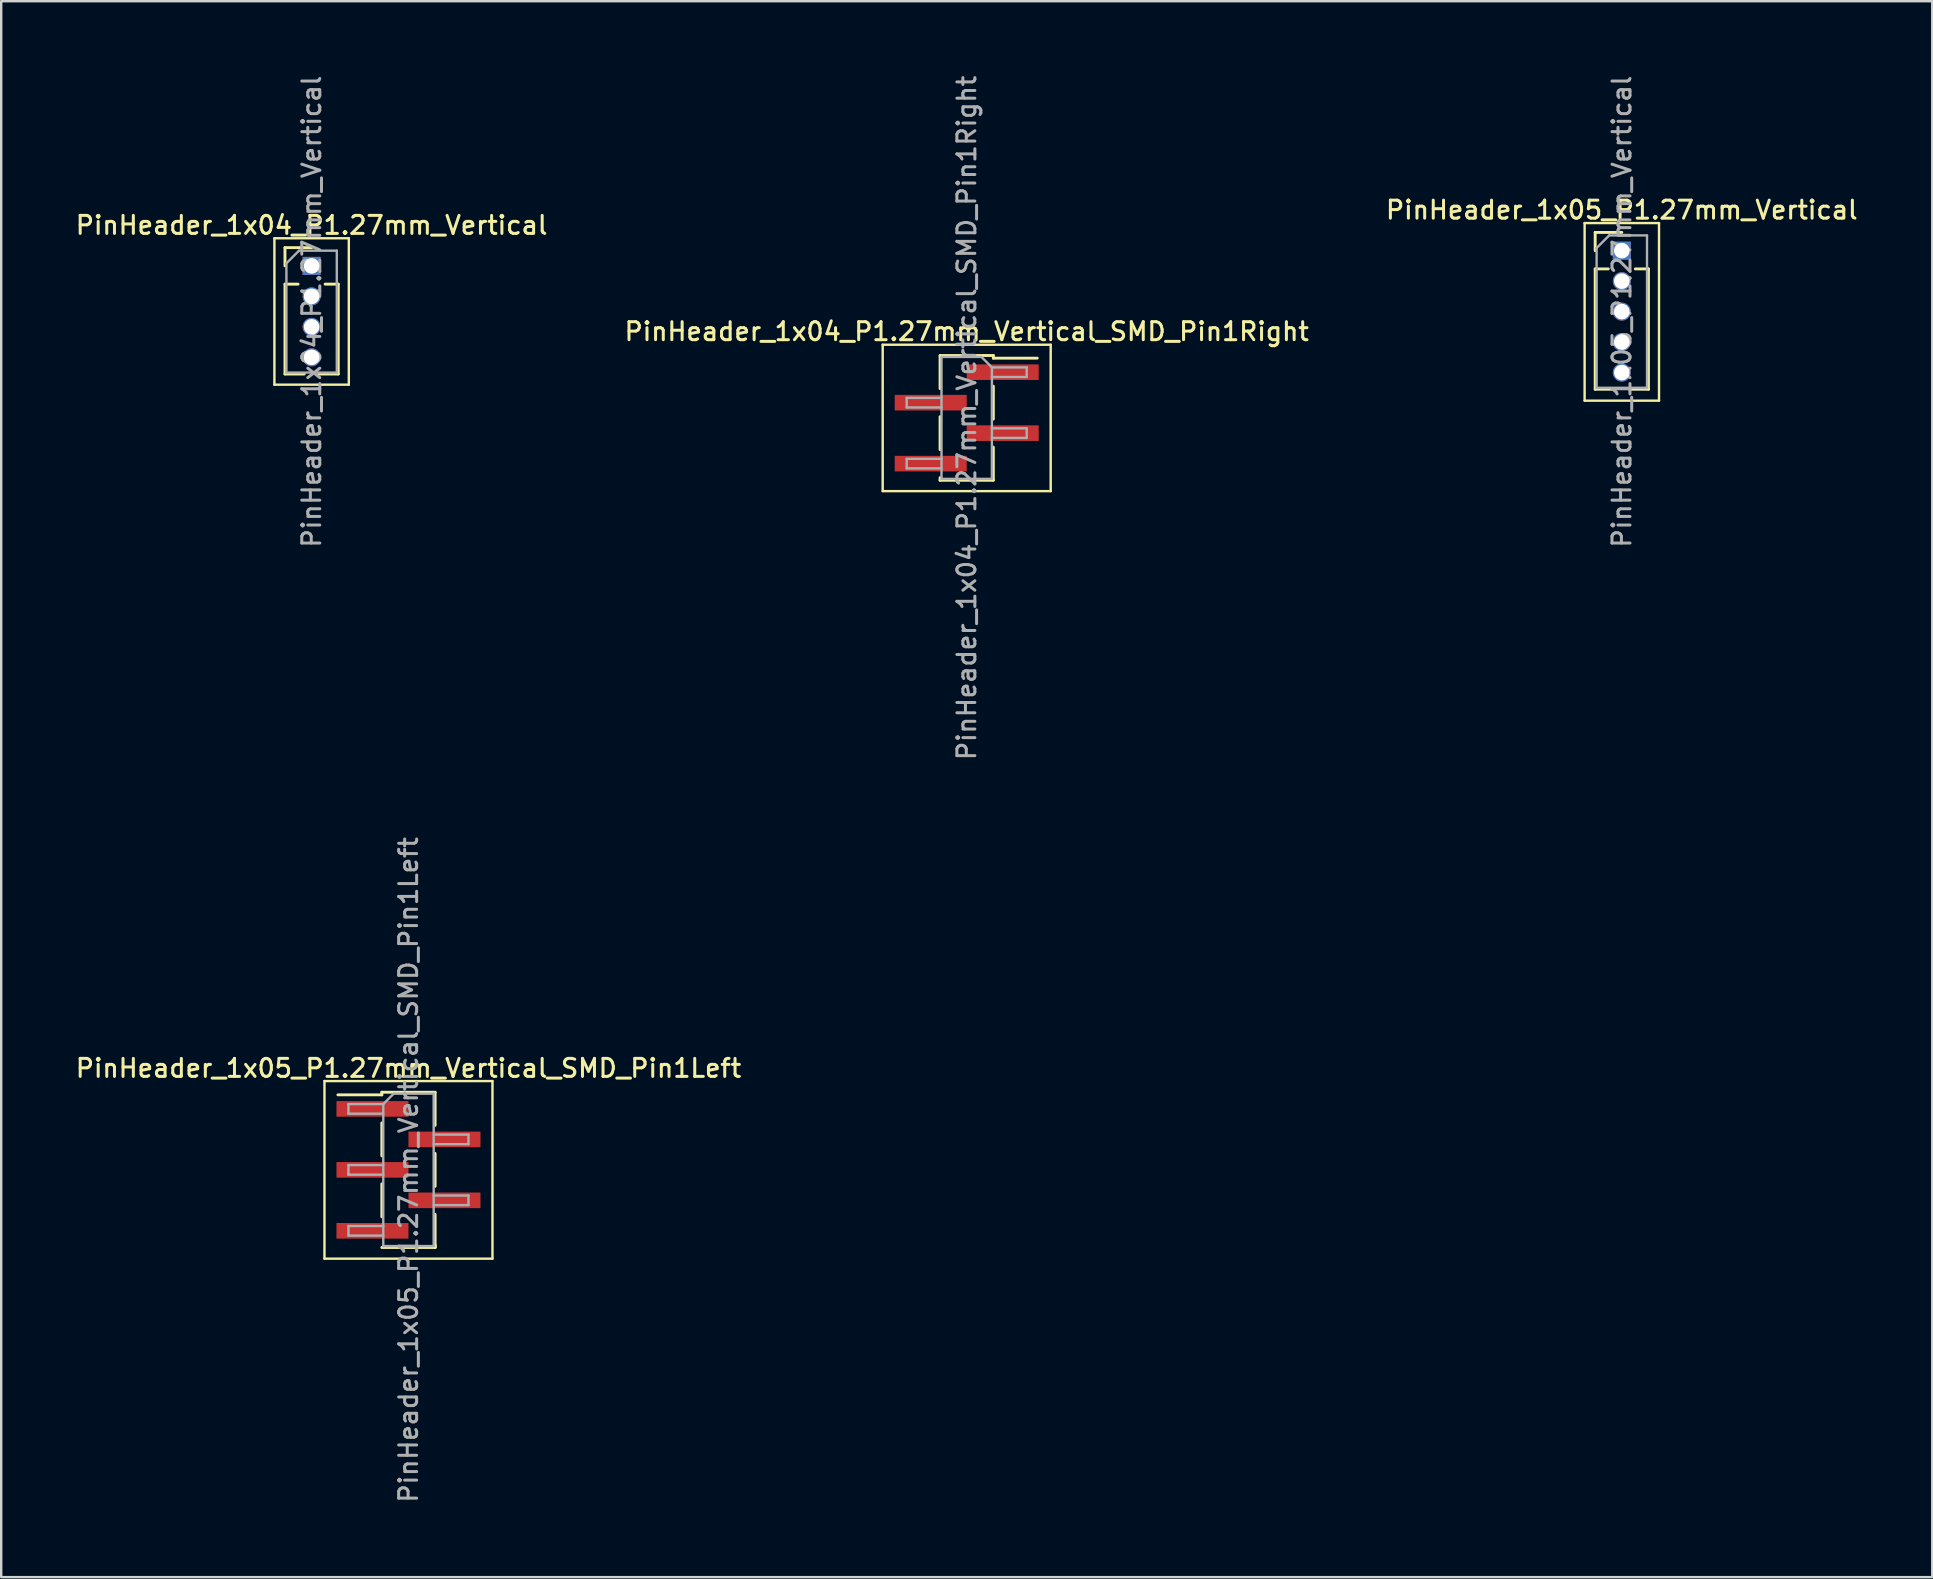
<source format=kicad_pcb>
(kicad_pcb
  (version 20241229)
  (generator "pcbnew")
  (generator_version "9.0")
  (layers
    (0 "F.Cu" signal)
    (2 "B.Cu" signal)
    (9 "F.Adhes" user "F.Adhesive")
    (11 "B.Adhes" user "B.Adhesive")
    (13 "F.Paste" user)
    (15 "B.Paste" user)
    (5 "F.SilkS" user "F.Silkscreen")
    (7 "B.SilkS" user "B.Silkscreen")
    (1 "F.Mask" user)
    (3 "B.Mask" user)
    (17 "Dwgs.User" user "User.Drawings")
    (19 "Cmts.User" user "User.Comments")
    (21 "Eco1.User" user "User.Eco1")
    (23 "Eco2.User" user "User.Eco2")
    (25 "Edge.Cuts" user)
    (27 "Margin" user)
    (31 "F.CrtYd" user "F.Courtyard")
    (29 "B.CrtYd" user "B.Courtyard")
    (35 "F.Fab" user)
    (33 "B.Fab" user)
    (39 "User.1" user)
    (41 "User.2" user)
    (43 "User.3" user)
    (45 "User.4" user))
  (footprint "PinHeader_1x05_P1.27mm_Vertical"
    (layer "F.Cu")
    (at 64.527 7.394)
    (property "Reference" "PinHeader_1x05_P1.27mm_Vertical" (at 0 -1.695 0) (layer "F.SilkS") (effects (font (size 0.75 0.75) (thickness 0.125))))
    (attr through_hole)
    (fp_line (start -1.55 -1.15) (end -1.55 6.25) (stroke (width 0.1) (type solid)) (layer "F.SilkS"))
    (fp_line (start -1.55 6.25) (end 1.55 6.25) (stroke (width 0.1) (type solid)) (layer "F.SilkS"))
    (fp_line (start -1.11 -0.76) (end 0 -0.76) (stroke (width 0.12) (type solid)) (layer "F.SilkS"))
    (fp_line (start -1.11 0) (end -1.11 -0.76) (stroke (width 0.12) (type solid)) (layer "F.SilkS"))
    (fp_line (start -1.11 0.76) (end -1.11 5.775) (stroke (width 0.12) (type solid)) (layer "F.SilkS"))
    (fp_line (start -1.11 0.76) (end -0.563 0.76) (stroke (width 0.12) (type solid)) (layer "F.SilkS"))
    (fp_line (start -1.11 5.775) (end -0.308 5.775) (stroke (width 0.12) (type solid)) (layer "F.SilkS"))
    (fp_line (start 0.308 5.775) (end 1.11 5.775) (stroke (width 0.12) (type solid)) (layer "F.SilkS"))
    (fp_line (start 0.563 0.76) (end 1.11 0.76) (stroke (width 0.12) (type solid)) (layer "F.SilkS"))
    (fp_line (start 1.11 0.76) (end 1.11 5.775) (stroke (width 0.12) (type solid)) (layer "F.SilkS"))
    (fp_line (start 1.55 -1.15) (end -1.55 -1.15) (stroke (width 0.1) (type solid)) (layer "F.SilkS"))
    (fp_line (start 1.55 6.25) (end 1.55 -1.15) (stroke (width 0.1) (type solid)) (layer "F.SilkS"))
    (fp_line (start -1.05 -0.11) (end -0.525 -0.635) (stroke (width 0.1) (type solid)) (layer "F.Fab"))
    (fp_line (start -1.05 5.715) (end -1.05 -0.11) (stroke (width 0.1) (type solid)) (layer "F.Fab"))
    (fp_line (start -0.525 -0.635) (end 1.05 -0.635) (stroke (width 0.1) (type solid)) (layer "F.Fab"))
    (fp_line (start 1.05 -0.635) (end 1.05 5.715) (stroke (width 0.1) (type solid)) (layer "F.Fab"))
    (fp_line (start 1.05 5.715) (end -1.05 5.715) (stroke (width 0.1) (type solid)) (layer "F.Fab"))
    (fp_text user "${REFERENCE}" (at 0 2.54 90) (layer "F.Fab") (effects (font (size 0.75 0.75) (thickness 0.125))))
    (pad "1" thru_hole rect (at 0 0) (size 0.75 0.75) (drill 0.65) (layers "*.Cu" "*.Mask"))
    (pad "2" thru_hole oval (at 0 1.27) (size 0.75 0.75) (drill 0.65) (layers "*.Cu" "*.Mask"))
    (pad "3" thru_hole oval (at 0 2.54) (size 0.75 0.75) (drill 0.65) (layers "*.Cu" "*.Mask"))
    (pad "4" thru_hole oval (at 0 3.81) (size 0.75 0.75) (drill 0.65) (layers "*.Cu" "*.Mask"))
    (pad "5" thru_hole oval (at 0 5.08) (size 0.75 0.75) (drill 0.65) (layers "*.Cu" "*.Mask")))
  (footprint "PinHeader_1x05_P1.27mm_Vertical_SMD_Pin1Left"
    (layer "F.Cu")
    (at 13.97 45.695)
    (property "Reference" "PinHeader_1x05_P1.27mm_Vertical_SMD_Pin1Left" (at 0 -4.235 0) (layer "F.SilkS") (effects (font (size 0.75 0.75) (thickness 0.125))))
    (attr smd)
    (fp_line (start -3.5 -3.7) (end -3.5 3.7) (stroke (width 0.1) (type solid)) (layer "F.SilkS"))
    (fp_line (start -3.5 3.7) (end 3.5 3.7) (stroke (width 0.1) (type solid)) (layer "F.SilkS"))
    (fp_line (start -1.11 -3.235) (end -1.11 -3.125) (stroke (width 0.12) (type solid)) (layer "F.SilkS"))
    (fp_line (start -1.11 -3.235) (end 1.11 -3.235) (stroke (width 0.12) (type solid)) (layer "F.SilkS"))
    (fp_line (start -1.11 -3.125) (end -2.94 -3.125) (stroke (width 0.12) (type solid)) (layer "F.SilkS"))
    (fp_line (start -1.11 -1.955) (end -1.11 -0.585) (stroke (width 0.12) (type solid)) (layer "F.SilkS"))
    (fp_line (start -1.11 0.585) (end -1.11 1.955) (stroke (width 0.12) (type solid)) (layer "F.SilkS"))
    (fp_line (start -1.11 3.235) (end 1.11 3.235) (stroke (width 0.12) (type solid)) (layer "F.SilkS"))
    (fp_line (start 1.11 -3.225) (end 1.11 -1.855) (stroke (width 0.12) (type solid)) (layer "F.SilkS"))
    (fp_line (start 1.11 -0.685) (end 1.11 0.685) (stroke (width 0.12) (type solid)) (layer "F.SilkS"))
    (fp_line (start 1.11 1.855) (end 1.11 3.225) (stroke (width 0.12) (type solid)) (layer "F.SilkS"))
    (fp_line (start 1.11 3.125) (end 1.11 3.235) (stroke (width 0.12) (type solid)) (layer "F.SilkS"))
    (fp_line (start 3.5 -3.7) (end -3.5 -3.7) (stroke (width 0.1) (type solid)) (layer "F.SilkS"))
    (fp_line (start 3.5 3.7) (end 3.5 -3.7) (stroke (width 0.1) (type solid)) (layer "F.SilkS"))
    (fp_line (start -2.5 -2.74) (end -2.5 -2.34) (stroke (width 0.1) (type solid)) (layer "F.Fab"))
    (fp_line (start -2.5 -2.34) (end -1.05 -2.34) (stroke (width 0.1) (type solid)) (layer "F.Fab"))
    (fp_line (start -2.5 -0.2) (end -2.5 0.2) (stroke (width 0.1) (type solid)) (layer "F.Fab"))
    (fp_line (start -2.5 0.2) (end -1.05 0.2) (stroke (width 0.1) (type solid)) (layer "F.Fab"))
    (fp_line (start -2.5 2.34) (end -2.5 2.74) (stroke (width 0.1) (type solid)) (layer "F.Fab"))
    (fp_line (start -2.5 2.74) (end -1.05 2.74) (stroke (width 0.1) (type solid)) (layer "F.Fab"))
    (fp_line (start -1.05 -2.74) (end -2.5 -2.74) (stroke (width 0.1) (type solid)) (layer "F.Fab"))
    (fp_line (start -1.05 -2.74) (end -0.615 -3.175) (stroke (width 0.1) (type solid)) (layer "F.Fab"))
    (fp_line (start -1.05 -0.2) (end -2.5 -0.2) (stroke (width 0.1) (type solid)) (layer "F.Fab"))
    (fp_line (start -1.05 2.34) (end -2.5 2.34) (stroke (width 0.1) (type solid)) (layer "F.Fab"))
    (fp_line (start -1.05 3.175) (end -1.05 -2.74) (stroke (width 0.1) (type solid)) (layer "F.Fab"))
    (fp_line (start -0.615 -3.175) (end 1.05 -3.175) (stroke (width 0.1) (type solid)) (layer "F.Fab"))
    (fp_line (start 1.05 -3.175) (end 1.05 3.175) (stroke (width 0.1) (type solid)) (layer "F.Fab"))
    (fp_line (start 1.05 -1.47) (end 2.5 -1.47) (stroke (width 0.1) (type solid)) (layer "F.Fab"))
    (fp_line (start 1.05 1.07) (end 2.5 1.07) (stroke (width 0.1) (type solid)) (layer "F.Fab"))
    (fp_line (start 1.05 3.175) (end -1.05 3.175) (stroke (width 0.1) (type solid)) (layer "F.Fab"))
    (fp_line (start 2.5 -1.47) (end 2.5 -1.07) (stroke (width 0.1) (type solid)) (layer "F.Fab"))
    (fp_line (start 2.5 -1.07) (end 1.05 -1.07) (stroke (width 0.1) (type solid)) (layer "F.Fab"))
    (fp_line (start 2.5 1.07) (end 2.5 1.47) (stroke (width 0.1) (type solid)) (layer "F.Fab"))
    (fp_line (start 2.5 1.47) (end 1.05 1.47) (stroke (width 0.1) (type solid)) (layer "F.Fab"))
    (fp_text user "${REFERENCE}" (at 0 0 90) (layer "F.Fab") (effects (font (size 0.75 0.75) (thickness 0.125))))
    (pad "1" smd rect (at -1.5 -2.54) (size 3 0.65) (layers "F.Cu" "F.Mask" "F.Paste"))
    (pad "2" smd rect (at 1.5 -1.27) (size 3 0.65) (layers "F.Cu" "F.Mask" "F.Paste"))
    (pad "3" smd rect (at -1.5 0) (size 3 0.65) (layers "F.Cu" "F.Mask" "F.Paste"))
    (pad "4" smd rect (at 1.5 1.27) (size 3 0.65) (layers "F.Cu" "F.Mask" "F.Paste"))
    (pad "5" smd rect (at -1.5 2.54) (size 3 0.65) (layers "F.Cu" "F.Mask" "F.Paste")))
  (footprint "PinHeader_1x04_P1.27mm_Vertical_SMD_Pin1Right"
    (layer "F.Cu")
    (at 37.23 14.363)
    (property "Reference" "PinHeader_1x04_P1.27mm_Vertical_SMD_Pin1Right" (at 0 -3.6 0) (layer "F.SilkS") (effects (font (size 0.75 0.75) (thickness 0.125))))
    (attr smd)
    (fp_line (start -3.5 -3.05) (end -3.5 3.05) (stroke (width 0.1) (type solid)) (layer "F.SilkS"))
    (fp_line (start -3.5 3.05) (end 3.5 3.05) (stroke (width 0.1) (type solid)) (layer "F.SilkS"))
    (fp_line (start -1.11 -2.6) (end 1.11 -2.6) (stroke (width 0.12) (type solid)) (layer "F.SilkS"))
    (fp_line (start -1.11 -2.59) (end -1.11 -1.22) (stroke (width 0.12) (type solid)) (layer "F.SilkS"))
    (fp_line (start -1.11 -0.05) (end -1.11 1.32) (stroke (width 0.12) (type solid)) (layer "F.SilkS"))
    (fp_line (start -1.11 2.49) (end -1.11 2.6) (stroke (width 0.12) (type solid)) (layer "F.SilkS"))
    (fp_line (start -1.11 2.6) (end 1.11 2.6) (stroke (width 0.12) (type solid)) (layer "F.SilkS"))
    (fp_line (start 1.11 -2.6) (end 1.11 -2.49) (stroke (width 0.12) (type solid)) (layer "F.SilkS"))
    (fp_line (start 1.11 -2.49) (end 2.94 -2.49) (stroke (width 0.12) (type solid)) (layer "F.SilkS"))
    (fp_line (start 1.11 -1.32) (end 1.11 0.05) (stroke (width 0.12) (type solid)) (layer "F.SilkS"))
    (fp_line (start 1.11 1.22) (end 1.11 2.59) (stroke (width 0.12) (type solid)) (layer "F.SilkS"))
    (fp_line (start 3.5 -3.05) (end -3.5 -3.05) (stroke (width 0.1) (type solid)) (layer "F.SilkS"))
    (fp_line (start 3.5 3.05) (end 3.5 -3.05) (stroke (width 0.1) (type solid)) (layer "F.SilkS"))
    (fp_line (start -2.5 -0.835) (end -2.5 -0.435) (stroke (width 0.1) (type solid)) (layer "F.Fab"))
    (fp_line (start -2.5 -0.435) (end -1.05 -0.435) (stroke (width 0.1) (type solid)) (layer "F.Fab"))
    (fp_line (start -2.5 1.705) (end -2.5 2.105) (stroke (width 0.1) (type solid)) (layer "F.Fab"))
    (fp_line (start -2.5 2.105) (end -1.05 2.105) (stroke (width 0.1) (type solid)) (layer "F.Fab"))
    (fp_line (start -1.05 -2.54) (end -1.05 2.54) (stroke (width 0.1) (type solid)) (layer "F.Fab"))
    (fp_line (start -1.05 -2.54) (end 0.615 -2.54) (stroke (width 0.1) (type solid)) (layer "F.Fab"))
    (fp_line (start -1.05 -0.835) (end -2.5 -0.835) (stroke (width 0.1) (type solid)) (layer "F.Fab"))
    (fp_line (start -1.05 1.705) (end -2.5 1.705) (stroke (width 0.1) (type solid)) (layer "F.Fab"))
    (fp_line (start 1.05 -2.105) (end 0.615 -2.54) (stroke (width 0.1) (type solid)) (layer "F.Fab"))
    (fp_line (start 1.05 -2.105) (end 2.5 -2.105) (stroke (width 0.1) (type solid)) (layer "F.Fab"))
    (fp_line (start 1.05 0.435) (end 2.5 0.435) (stroke (width 0.1) (type solid)) (layer "F.Fab"))
    (fp_line (start 1.05 2.54) (end -1.05 2.54) (stroke (width 0.1) (type solid)) (layer "F.Fab"))
    (fp_line (start 1.05 2.54) (end 1.05 -2.105) (stroke (width 0.1) (type solid)) (layer "F.Fab"))
    (fp_line (start 2.5 -2.105) (end 2.5 -1.705) (stroke (width 0.1) (type solid)) (layer "F.Fab"))
    (fp_line (start 2.5 -1.705) (end 1.05 -1.705) (stroke (width 0.1) (type solid)) (layer "F.Fab"))
    (fp_line (start 2.5 0.435) (end 2.5 0.835) (stroke (width 0.1) (type solid)) (layer "F.Fab"))
    (fp_line (start 2.5 0.835) (end 1.05 0.835) (stroke (width 0.1) (type solid)) (layer "F.Fab"))
    (fp_text user "${REFERENCE}" (at 0 0 90) (layer "F.Fab") (effects (font (size 0.75 0.75) (thickness 0.125))))
    (pad "1" smd rect (at 1.5 -1.905) (size 3 0.65) (layers "F.Cu" "F.Mask" "F.Paste"))
    (pad "2" smd rect (at -1.5 -0.635) (size 3 0.65) (layers "F.Cu" "F.Mask" "F.Paste"))
    (pad "3" smd rect (at 1.5 0.635) (size 3 0.65) (layers "F.Cu" "F.Mask" "F.Paste"))
    (pad "4" smd rect (at -1.5 1.905) (size 3 0.65) (layers "F.Cu" "F.Mask" "F.Paste")))
  (footprint "PinHeader_1x04_P1.27mm_Vertical"
    (layer "F.Cu")
    (at 9.934 8.029)
    (property "Reference" "PinHeader_1x04_P1.27mm_Vertical" (at 0 -1.695 0) (layer "F.SilkS") (effects (font (size 0.75 0.75) (thickness 0.125))))
    (attr through_hole)
    (fp_line (start -1.55 -1.15) (end -1.55 4.95) (stroke (width 0.1) (type solid)) (layer "F.SilkS"))
    (fp_line (start -1.55 4.95) (end 1.55 4.95) (stroke (width 0.1) (type solid)) (layer "F.SilkS"))
    (fp_line (start -1.11 -0.76) (end 0 -0.76) (stroke (width 0.12) (type solid)) (layer "F.SilkS"))
    (fp_line (start -1.11 0) (end -1.11 -0.76) (stroke (width 0.12) (type solid)) (layer "F.SilkS"))
    (fp_line (start -1.11 0.76) (end -1.11 4.505) (stroke (width 0.12) (type solid)) (layer "F.SilkS"))
    (fp_line (start -1.11 0.76) (end -0.563 0.76) (stroke (width 0.12) (type solid)) (layer "F.SilkS"))
    (fp_line (start -1.11 4.505) (end -0.308 4.505) (stroke (width 0.12) (type solid)) (layer "F.SilkS"))
    (fp_line (start 0.308 4.505) (end 1.11 4.505) (stroke (width 0.12) (type solid)) (layer "F.SilkS"))
    (fp_line (start 0.563 0.76) (end 1.11 0.76) (stroke (width 0.12) (type solid)) (layer "F.SilkS"))
    (fp_line (start 1.11 0.76) (end 1.11 4.505) (stroke (width 0.12) (type solid)) (layer "F.SilkS"))
    (fp_line (start 1.55 -1.15) (end -1.55 -1.15) (stroke (width 0.1) (type solid)) (layer "F.SilkS"))
    (fp_line (start 1.55 4.95) (end 1.55 -1.15) (stroke (width 0.1) (type solid)) (layer "F.SilkS"))
    (fp_line (start -1.05 -0.11) (end -0.525 -0.635) (stroke (width 0.1) (type solid)) (layer "F.Fab"))
    (fp_line (start -1.05 4.445) (end -1.05 -0.11) (stroke (width 0.1) (type solid)) (layer "F.Fab"))
    (fp_line (start -0.525 -0.635) (end 1.05 -0.635) (stroke (width 0.1) (type solid)) (layer "F.Fab"))
    (fp_line (start 1.05 -0.635) (end 1.05 4.445) (stroke (width 0.1) (type solid)) (layer "F.Fab"))
    (fp_line (start 1.05 4.445) (end -1.05 4.445) (stroke (width 0.1) (type solid)) (layer "F.Fab"))
    (fp_text user "${REFERENCE}" (at 0 1.905 90) (layer "F.Fab") (effects (font (size 0.75 0.75) (thickness 0.125))))
    (pad "1" thru_hole rect (at 0 0) (size 0.75 0.75) (drill 0.65) (layers "*.Cu" "*.Mask"))
    (pad "2" thru_hole oval (at 0 1.27) (size 0.75 0.75) (drill 0.65) (layers "*.Cu" "*.Mask"))
    (pad "3" thru_hole oval (at 0 2.54) (size 0.75 0.75) (drill 0.65) (layers "*.Cu" "*.Mask"))
    (pad "4" thru_hole oval (at 0 3.81) (size 0.75 0.75) (drill 0.65) (layers "*.Cu" "*.Mask")))
  (gr_rect
    (start -3 -3)
    (end 77.461 62.664)
    (stroke (width 0.1) (type default))
    (fill no)
    (layer "Edge.Cuts")))
</source>
